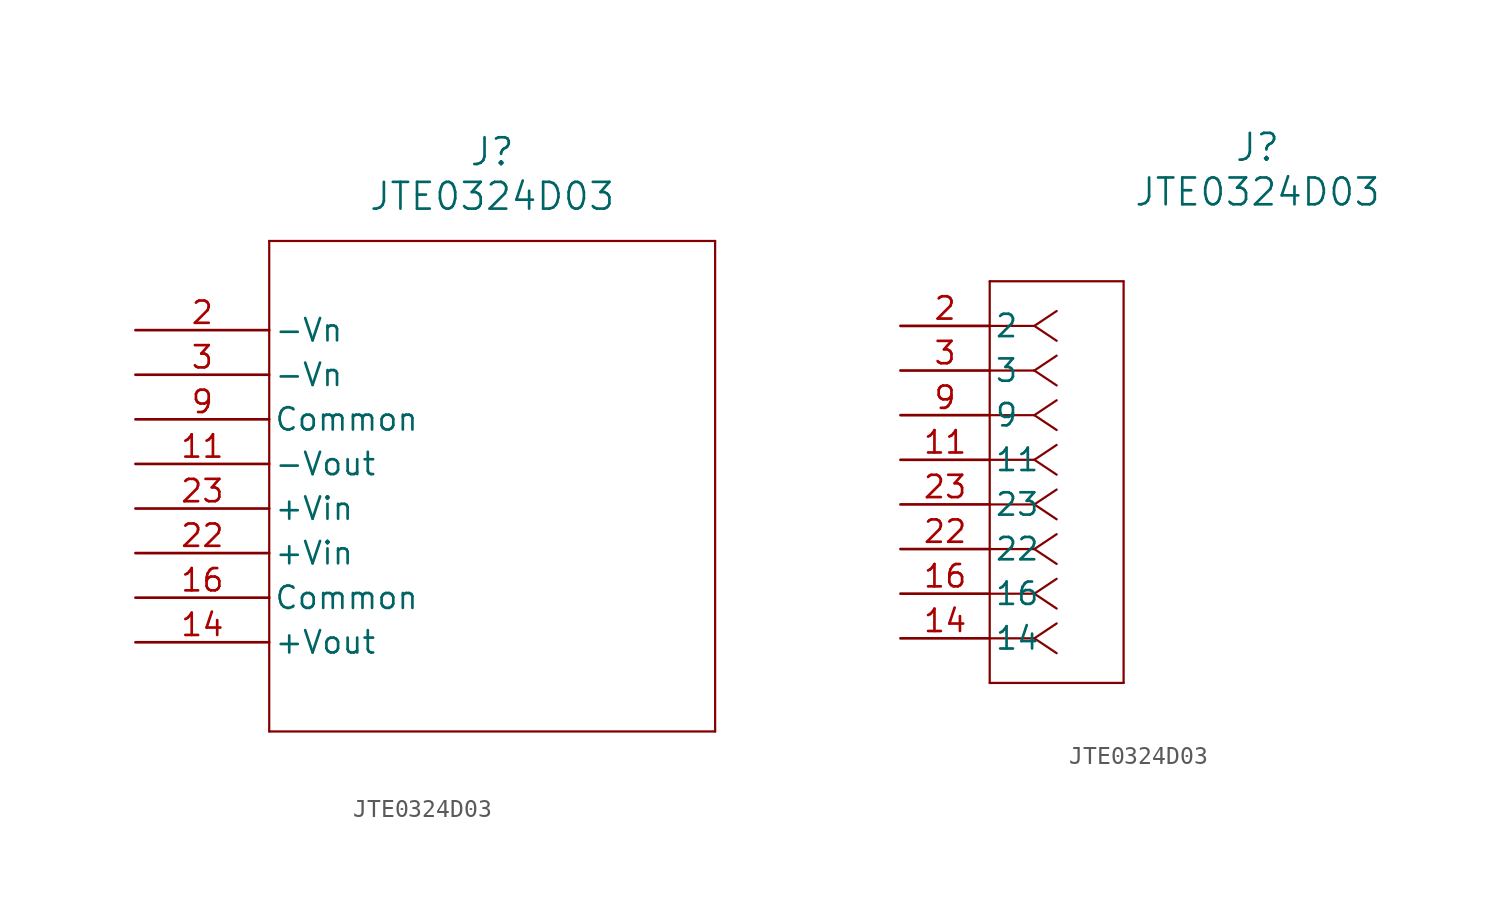
<source format=kicad_sym>
(kicad_symbol_lib
  (version 20211014)
  (generator kicad_symbol_editor)
  (symbol "JTE0324D03"
    (pin_names
      (offset 0.254))
    (property "Reference" "J"
      (at 20.32 10.16 0)
      (effects (font (size 1.524 1.524))))
    (property "Value" "JTE0324D03"
      (at 20.32 7.62 0)
      (effects (font (size 1.524 1.524))))
    (symbol "JTE0324D03_1_1"
      (polyline (pts (xy 7.62 5.08) (xy 7.62 -22.86)) (stroke (width 0.127) (type default) (color 0 0 0 0)) (fill (type none)))
      (polyline (pts (xy 7.62 -22.86) (xy 33.02 -22.86)) (stroke (width 0.127) (type default) (color 0 0 0 0)) (fill (type none)))
      (polyline (pts (xy 33.02 -22.86) (xy 33.02 5.08)) (stroke (width 0.127) (type default) (color 0 0 0 0)) (fill (type none)))
      (polyline (pts (xy 33.02 5.08) (xy 7.62 5.08)) (stroke (width 0.127) (type default) (color 0 0 0 0)) (fill (type none)))
      (pin power_in line (at 0 0 0) (length 7.62) (name "-Vn" (effects (font (size 1.27 1.27)))) (number "2" (effects (font (size 1.27 1.27)))))
      (pin power_in line (at 0 -2.54 0) (length 7.62) (name "-Vn" (effects (font (size 1.27 1.27)))) (number "3" (effects (font (size 1.27 1.27)))))
      (pin unspecified line (at 0 -5.08 0) (length 7.62) (name "Common" (effects (font (size 1.27 1.27)))) (number "9" (effects (font (size 1.27 1.27)))))
      (pin power_in line (at 0 -7.62 0) (length 7.62) (name "-Vout" (effects (font (size 1.27 1.27)))) (number "11" (effects (font (size 1.27 1.27)))))
      (pin power_in line (at 0 -17.78 0) (length 7.62) (name "+Vout" (effects (font (size 1.27 1.27)))) (number "14" (effects (font (size 1.27 1.27)))))
      (pin unspecified line (at 0 -15.24 0) (length 7.62) (name "Common" (effects (font (size 1.27 1.27)))) (number "16" (effects (font (size 1.27 1.27)))))
      (pin power_in line (at 0 -12.7 0) (length 7.62) (name "+Vin" (effects (font (size 1.27 1.27)))) (number "22" (effects (font (size 1.27 1.27)))))
      (pin power_in line (at 0 -10.16 0) (length 7.62) (name "+Vin" (effects (font (size 1.27 1.27)))) (number "23" (effects (font (size 1.27 1.27))))))
    (symbol "JTE0324D03_1_2"
      (polyline (pts (xy 7.62 0) (xy 5.08 0)) (stroke (width 0.127) (type default) (color 0 0 0 0)) (fill (type none)))
      (polyline (pts (xy 7.62 -2.54) (xy 5.08 -2.54)) (stroke (width 0.127) (type default) (color 0 0 0 0)) (fill (type none)))
      (polyline (pts (xy 7.62 -5.08) (xy 5.08 -5.08)) (stroke (width 0.127) (type default) (color 0 0 0 0)) (fill (type none)))
      (polyline (pts (xy 7.62 -7.62) (xy 5.08 -7.62)) (stroke (width 0.127) (type default) (color 0 0 0 0)) (fill (type none)))
      (polyline (pts (xy 7.62 -10.16) (xy 5.08 -10.16)) (stroke (width 0.127) (type default) (color 0 0 0 0)) (fill (type none)))
      (polyline (pts (xy 7.62 -12.7) (xy 5.08 -12.7)) (stroke (width 0.127) (type default) (color 0 0 0 0)) (fill (type none)))
      (polyline (pts (xy 7.62 -15.24) (xy 5.08 -15.24)) (stroke (width 0.127) (type default) (color 0 0 0 0)) (fill (type none)))
      (polyline (pts (xy 7.62 -17.78) (xy 5.08 -17.78)) (stroke (width 0.127) (type default) (color 0 0 0 0)) (fill (type none)))
      (polyline (pts (xy 7.62 0) (xy 8.89 0.847)) (stroke (width 0.127) (type default) (color 0 0 0 0)) (fill (type none)))
      (polyline (pts (xy 7.62 -2.54) (xy 8.89 -1.693)) (stroke (width 0.127) (type default) (color 0 0 0 0)) (fill (type none)))
      (polyline (pts (xy 7.62 -5.08) (xy 8.89 -4.233)) (stroke (width 0.127) (type default) (color 0 0 0 0)) (fill (type none)))
      (polyline (pts (xy 7.62 -7.62) (xy 8.89 -6.773)) (stroke (width 0.127) (type default) (color 0 0 0 0)) (fill (type none)))
      (polyline (pts (xy 7.62 -10.16) (xy 8.89 -9.313)) (stroke (width 0.127) (type default) (color 0 0 0 0)) (fill (type none)))
      (polyline (pts (xy 7.62 -12.7) (xy 8.89 -11.853)) (stroke (width 0.127) (type default) (color 0 0 0 0)) (fill (type none)))
      (polyline (pts (xy 7.62 -15.24) (xy 8.89 -14.393)) (stroke (width 0.127) (type default) (color 0 0 0 0)) (fill (type none)))
      (polyline (pts (xy 7.62 -17.78) (xy 8.89 -16.933)) (stroke (width 0.127) (type default) (color 0 0 0 0)) (fill (type none)))
      (polyline (pts (xy 7.62 0) (xy 8.89 -0.847)) (stroke (width 0.127) (type default) (color 0 0 0 0)) (fill (type none)))
      (polyline (pts (xy 7.62 -2.54) (xy 8.89 -3.387)) (stroke (width 0.127) (type default) (color 0 0 0 0)) (fill (type none)))
      (polyline (pts (xy 7.62 -5.08) (xy 8.89 -5.927)) (stroke (width 0.127) (type default) (color 0 0 0 0)) (fill (type none)))
      (polyline (pts (xy 7.62 -7.62) (xy 8.89 -8.467)) (stroke (width 0.127) (type default) (color 0 0 0 0)) (fill (type none)))
      (polyline (pts (xy 7.62 -10.16) (xy 8.89 -11.007)) (stroke (width 0.127) (type default) (color 0 0 0 0)) (fill (type none)))
      (polyline (pts (xy 7.62 -12.7) (xy 8.89 -13.547)) (stroke (width 0.127) (type default) (color 0 0 0 0)) (fill (type none)))
      (polyline (pts (xy 7.62 -15.24) (xy 8.89 -16.087)) (stroke (width 0.127) (type default) (color 0 0 0 0)) (fill (type none)))
      (polyline (pts (xy 7.62 -17.78) (xy 8.89 -18.627)) (stroke (width 0.127) (type default) (color 0 0 0 0)) (fill (type none)))
      (polyline (pts (xy 5.08 2.54) (xy 5.08 -20.32)) (stroke (width 0.127) (type default) (color 0 0 0 0)) (fill (type none)))
      (polyline (pts (xy 5.08 -20.32) (xy 12.7 -20.32)) (stroke (width 0.127) (type default) (color 0 0 0 0)) (fill (type none)))
      (polyline (pts (xy 12.7 -20.32) (xy 12.7 2.54)) (stroke (width 0.127) (type default) (color 0 0 0 0)) (fill (type none)))
      (polyline (pts (xy 12.7 2.54) (xy 5.08 2.54)) (stroke (width 0.127) (type default) (color 0 0 0 0)) (fill (type none)))
      (pin power_in line (at 0 0 0) (length 5.08) (name "2" (effects (font (size 1.27 1.27)))) (number "2" (effects (font (size 1.27 1.27)))))
      (pin power_in line (at 0 -2.54 0) (length 5.08) (name "3" (effects (font (size 1.27 1.27)))) (number "3" (effects (font (size 1.27 1.27)))))
      (pin unspecified line (at 0 -5.08 0) (length 5.08) (name "9" (effects (font (size 1.27 1.27)))) (number "9" (effects (font (size 1.27 1.27)))))
      (pin power_in line (at 0 -7.62 0) (length 5.08) (name "11" (effects (font (size 1.27 1.27)))) (number "11" (effects (font (size 1.27 1.27)))))
      (pin power_in line (at 0 -17.78 0) (length 5.08) (name "14" (effects (font (size 1.27 1.27)))) (number "14" (effects (font (size 1.27 1.27)))))
      (pin unspecified line (at 0 -15.24 0) (length 5.08) (name "16" (effects (font (size 1.27 1.27)))) (number "16" (effects (font (size 1.27 1.27)))))
      (pin power_in line (at 0 -12.7 0) (length 5.08) (name "22" (effects (font (size 1.27 1.27)))) (number "22" (effects (font (size 1.27 1.27)))))
      (pin power_in line (at 0 -10.16 0) (length 5.08) (name "23" (effects (font (size 1.27 1.27)))) (number "23" (effects (font (size 1.27 1.27))))))))
</source>
